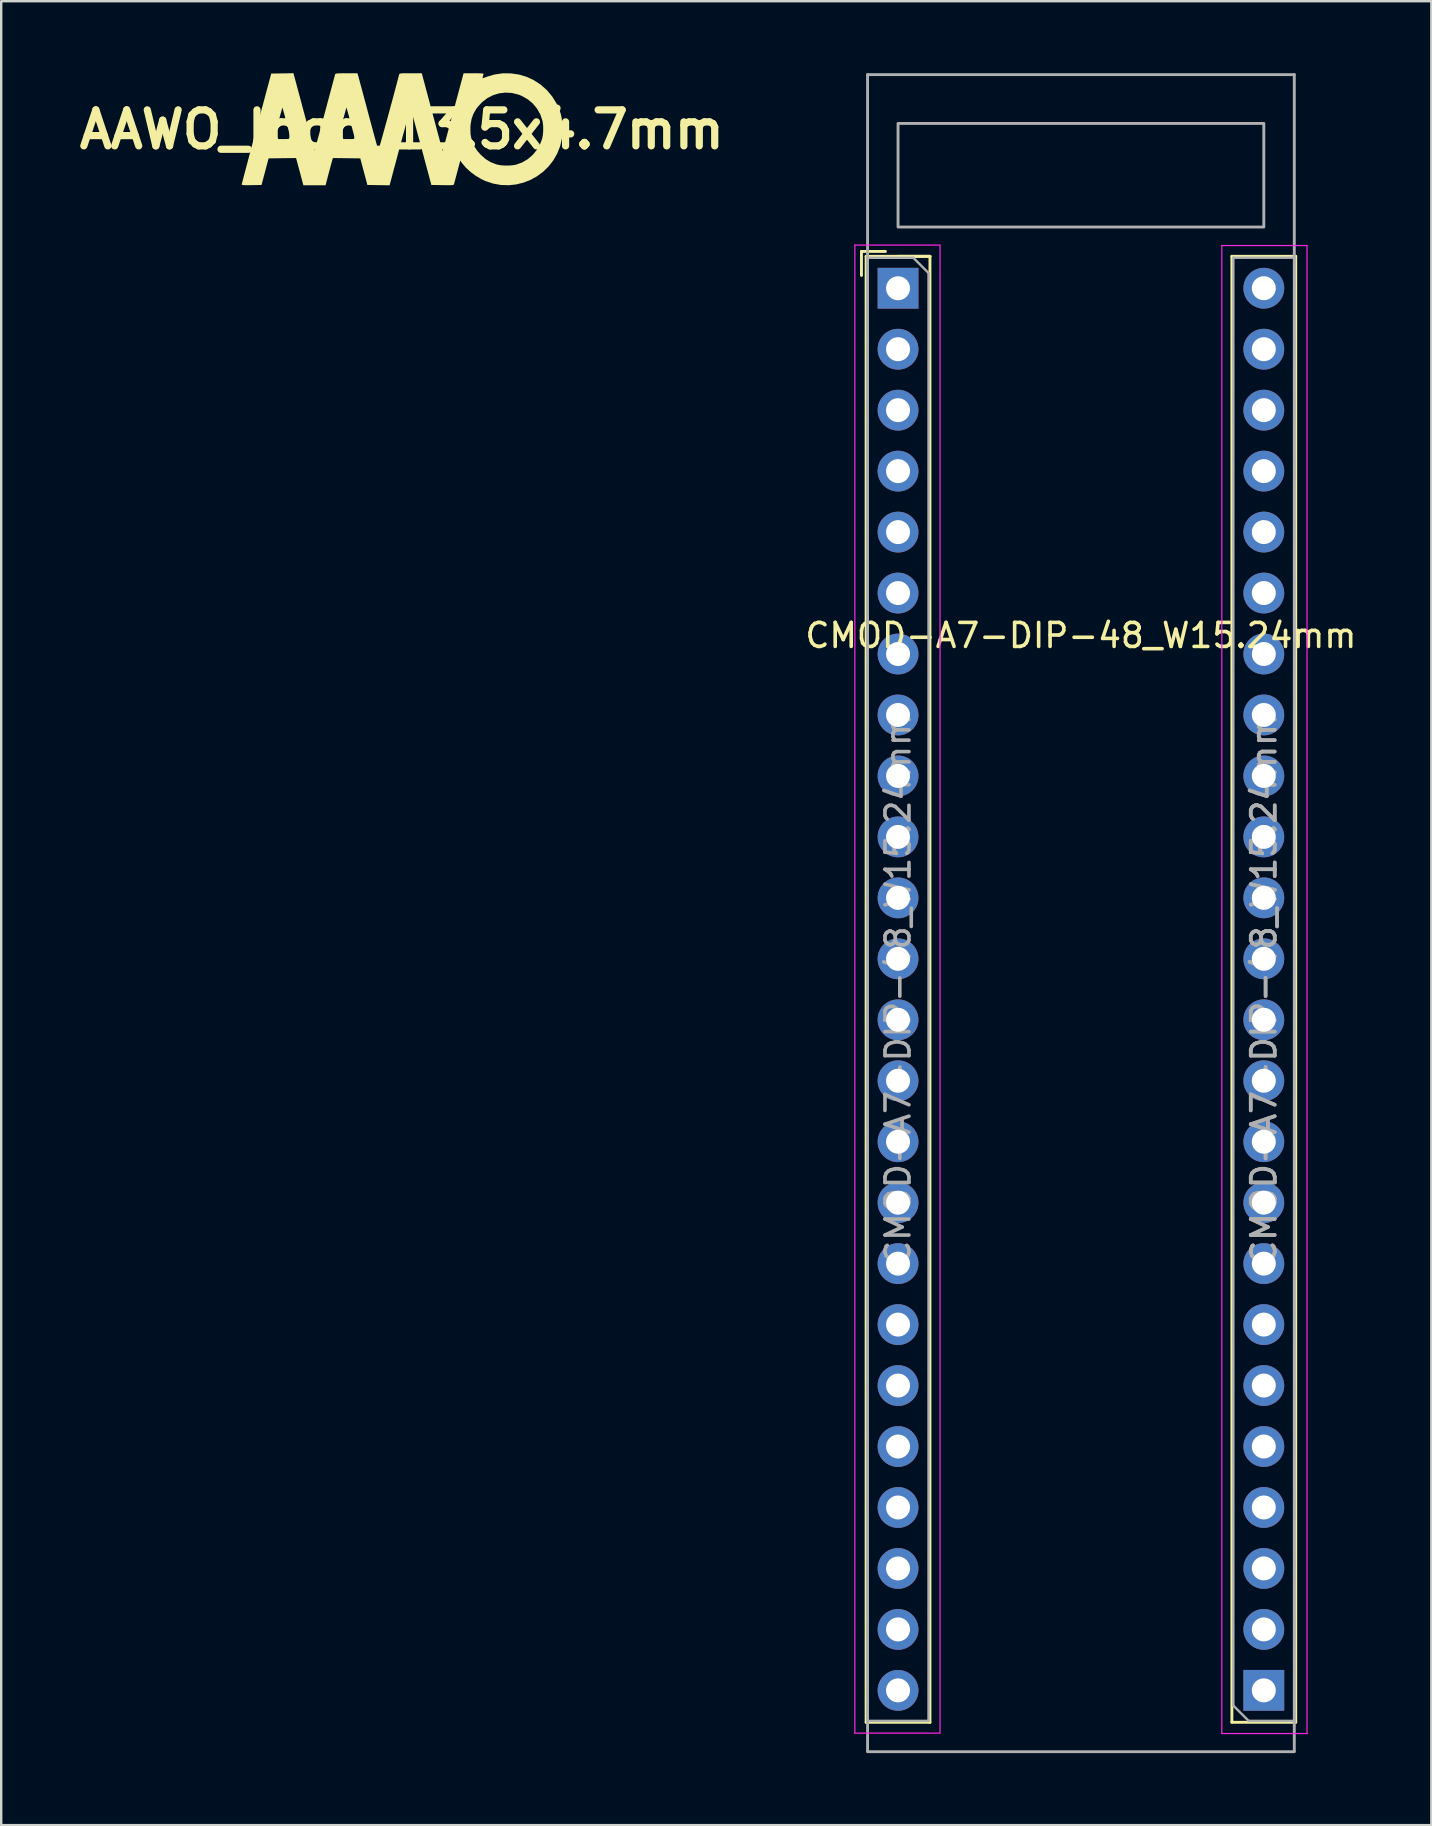
<source format=kicad_pcb>
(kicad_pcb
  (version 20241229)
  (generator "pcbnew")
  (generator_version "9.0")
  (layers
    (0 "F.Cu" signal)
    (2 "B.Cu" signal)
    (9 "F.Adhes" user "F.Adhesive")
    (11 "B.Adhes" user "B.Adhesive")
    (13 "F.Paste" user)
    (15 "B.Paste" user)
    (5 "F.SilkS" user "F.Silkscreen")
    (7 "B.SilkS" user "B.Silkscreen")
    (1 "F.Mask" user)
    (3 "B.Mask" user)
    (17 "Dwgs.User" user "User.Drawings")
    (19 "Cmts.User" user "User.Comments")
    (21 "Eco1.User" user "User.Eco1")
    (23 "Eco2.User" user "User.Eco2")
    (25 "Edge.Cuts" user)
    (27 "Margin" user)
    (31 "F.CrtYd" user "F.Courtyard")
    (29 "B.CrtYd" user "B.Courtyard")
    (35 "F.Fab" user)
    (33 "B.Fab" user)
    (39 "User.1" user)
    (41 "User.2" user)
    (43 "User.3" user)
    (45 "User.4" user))
  (footprint "AAWO_logo_13.5x4.7mm"
    (layer "F.Cu")
    (at 13.693 2.349)
    (property "Reference" "AAWO_logo_13.5x4.7mm" (at 0 0 0) (layer "F.SilkS") (effects (font (size 1.5 1.5) (thickness 0.3))))
    (attr board_only exclude_from_pos_files exclude_from_bom)
    (fp_poly (pts (xy -4.465 -2.157) (xy -4.448 -2.095) (xy -4.419 -1.988) (xy -4.38 -1.841) (xy -4.331 -1.659) (xy -4.274 -1.448) (xy -4.211 -1.213) (xy -4.144 -0.959) (xy -4.072 -0.693) (xy -4.033 -0.547) (xy -3.962 -0.284) (xy -3.895 -0.036) (xy -3.834 0.191) (xy -3.778 0.393) (xy -3.73 0.565) (xy -3.691 0.704) (xy -3.662 0.803) (xy -3.645 0.859) (xy -3.64 0.87) (xy -3.631 0.845) (xy -3.61 0.774) (xy -3.578 0.66) (xy -3.535 0.508) (xy -3.497 0.368) (xy -2.655 0.368) (xy -2.642 0.381) (xy -2.606 0.389) (xy -2.54 0.393) (xy -2.435 0.395) (xy -2.308 0.396) (xy -2.164 0.395) (xy -2.065 0.393) (xy -2.003 0.388) (xy -1.971 0.379) (xy -1.96 0.366) (xy -1.962 0.349) (xy -1.972 0.312) (xy -1.994 0.231) (xy -2.025 0.114) (xy -2.064 -0.03) (xy -2.108 -0.195) (xy -2.139 -0.31) (xy -2.185 -0.481) (xy -2.226 -0.632) (xy -2.261 -0.758) (xy -2.288 -0.852) (xy -2.305 -0.906) (xy -2.309 -0.917) (xy -2.318 -0.891) (xy -2.337 -0.82) (xy -2.367 -0.713) (xy -2.404 -0.577) (xy -2.447 -0.417) (xy -2.477 -0.303) (xy -2.524 -0.13) (xy -2.566 0.027) (xy -2.602 0.162) (xy -2.63 0.266) (xy -2.648 0.332) (xy -2.653 0.349) (xy -2.655 0.368) (xy -3.497 0.368) (xy -3.484 0.323) (xy -3.426 0.108) (xy -3.361 -0.131) (xy -3.291 -0.392) (xy -3.217 -0.668) (xy -3.207 -0.706) (xy -3.133 -0.985) (xy -3.062 -1.25) (xy -2.996 -1.495) (xy -2.937 -1.717) (xy -2.885 -1.91) (xy -2.842 -2.071) (xy -2.809 -2.195) (xy -2.786 -2.277) (xy -2.776 -2.313) (xy -2.776 -2.314) (xy -2.757 -2.327) (xy -2.706 -2.337) (xy -2.62 -2.343) (xy -2.491 -2.346) (xy -2.315 -2.347) (xy -2.307 -2.347) (xy -1.85 -2.347) (xy -1.81 -2.209) (xy -1.796 -2.158) (xy -1.77 -2.061) (xy -1.733 -1.924) (xy -1.686 -1.75) (xy -1.631 -1.547) (xy -1.57 -1.318) (xy -1.503 -1.068) (xy -1.433 -0.804) (xy -1.384 -0.62) (xy -1.312 -0.352) (xy -1.244 -0.1) (xy -1.181 0.132) (xy -1.124 0.34) (xy -1.075 0.519) (xy -1.034 0.664) (xy -1.004 0.77) (xy -0.984 0.834) (xy -0.978 0.851) (xy -0.969 0.829) (xy -0.947 0.761) (xy -0.915 0.651) (xy -0.873 0.505) (xy -0.822 0.327) (xy -0.765 0.121) (xy -0.702 -0.107) (xy -0.634 -0.352) (xy -0.563 -0.611) (xy -0.491 -0.878) (xy -0.417 -1.148) (xy -0.345 -1.417) (xy -0.275 -1.68) (xy -0.208 -1.932) (xy -0.146 -2.169) (xy -0.115 -2.288) (xy -0.108 -2.309) (xy -0.094 -2.325) (xy -0.067 -2.335) (xy -0.019 -2.342) (xy 0.058 -2.346) (xy 0.172 -2.347) (xy 0.329 -2.347) (xy 0.366 -2.347) (xy 0.831 -2.347) (xy 1.264 -0.725) (xy 1.339 -0.443) (xy 1.411 -0.177) (xy 1.477 0.07) (xy 1.537 0.292) (xy 1.589 0.485) (xy 1.633 0.646) (xy 1.667 0.77) (xy 1.691 0.852) (xy 1.702 0.889) (xy 1.702 0.89) (xy 1.71 0.864) (xy 1.73 0.792) (xy 1.761 0.677) (xy 1.803 0.524) (xy 1.853 0.337) (xy 1.911 0.121) (xy 1.968 -0.092) (xy 2.856 -0.092) (xy 2.862 0.189) (xy 2.911 0.442) (xy 3.005 0.675) (xy 3.148 0.893) (xy 3.295 1.057) (xy 3.491 1.229) (xy 3.696 1.355) (xy 3.922 1.444) (xy 3.983 1.462) (xy 4.131 1.488) (xy 4.308 1.5) (xy 4.493 1.497) (xy 4.664 1.48) (xy 4.757 1.462) (xy 5.014 1.369) (xy 5.249 1.231) (xy 5.455 1.053) (xy 5.629 0.84) (xy 5.765 0.596) (xy 5.845 0.382) (xy 5.875 0.231) (xy 5.89 0.051) (xy 5.889 -0.135) (xy 5.871 -0.306) (xy 5.858 -0.369) (xy 5.768 -0.634) (xy 5.632 -0.874) (xy 5.457 -1.085) (xy 5.245 -1.262) (xy 5.001 -1.401) (xy 4.858 -1.458) (xy 4.588 -1.525) (xy 4.317 -1.541) (xy 4.052 -1.509) (xy 3.797 -1.431) (xy 3.559 -1.308) (xy 3.343 -1.142) (xy 3.155 -0.937) (xy 3.084 -0.837) (xy 2.978 -0.645) (xy 2.906 -0.445) (xy 2.866 -0.222) (xy 2.856 -0.092) (xy 1.968 -0.092) (xy 1.976 -0.12) (xy 2.046 -0.383) (xy 2.121 -0.661) (xy 2.14 -0.732) (xy 2.572 -2.347) (xy 2.987 -2.347) (xy 3.128 -2.346) (xy 3.249 -2.343) (xy 3.34 -2.338) (xy 3.393 -2.332) (xy 3.402 -2.328) (xy 3.396 -2.291) (xy 3.38 -2.228) (xy 3.378 -2.222) (xy 3.364 -2.165) (xy 3.361 -2.137) (xy 3.362 -2.136) (xy 3.389 -2.145) (xy 3.451 -2.168) (xy 3.537 -2.199) (xy 3.539 -2.2) (xy 3.865 -2.296) (xy 4.201 -2.343) (xy 4.54 -2.342) (xy 4.874 -2.294) (xy 5.197 -2.199) (xy 5.483 -2.068) (xy 5.781 -1.875) (xy 6.042 -1.645) (xy 6.265 -1.379) (xy 6.448 -1.082) (xy 6.588 -0.754) (xy 6.623 -0.645) (xy 6.657 -0.491) (xy 6.681 -0.303) (xy 6.694 -0.099) (xy 6.695 0.105) (xy 6.684 0.289) (xy 6.674 0.358) (xy 6.596 0.691) (xy 6.474 0.999) (xy 6.313 1.281) (xy 6.117 1.533) (xy 5.89 1.755) (xy 5.637 1.943) (xy 5.362 2.096) (xy 5.069 2.211) (xy 4.762 2.286) (xy 4.446 2.319) (xy 4.125 2.308) (xy 3.803 2.25) (xy 3.484 2.144) (xy 3.337 2.076) (xy 3.097 1.938) (xy 2.87 1.771) (xy 2.668 1.586) (xy 2.508 1.397) (xy 2.434 1.294) (xy 2.31 1.761) (xy 2.269 1.914) (xy 2.233 2.05) (xy 2.203 2.162) (xy 2.182 2.241) (xy 2.172 2.276) (xy 2.164 2.292) (xy 2.144 2.304) (xy 2.105 2.312) (xy 2.041 2.316) (xy 1.943 2.318) (xy 1.804 2.317) (xy 1.694 2.315) (xy 1.23 2.308) (xy 0.805 0.725) (xy 0.73 0.445) (xy 0.658 0.18) (xy 0.592 -0.066) (xy 0.532 -0.288) (xy 0.479 -0.482) (xy 0.436 -0.643) (xy 0.402 -0.768) (xy 0.379 -0.851) (xy 0.368 -0.888) (xy 0.368 -0.889) (xy 0.359 -0.87) (xy 0.338 -0.804) (xy 0.306 -0.696) (xy 0.264 -0.549) (xy 0.213 -0.367) (xy 0.155 -0.156) (xy 0.09 0.082) (xy 0.019 0.341) (xy -0.055 0.618) (xy -0.077 0.7) (xy -0.51 2.322) (xy -0.974 2.315) (xy -1.437 2.308) (xy -1.584 1.754) (xy -1.732 1.2) (xy -2.302 1.193) (xy -2.873 1.186) (xy -2.91 1.312) (xy -2.929 1.38) (xy -2.958 1.487) (xy -2.995 1.622) (xy -3.035 1.773) (xy -3.063 1.879) (xy -3.178 2.321) (xy -3.64 2.321) (xy -4.103 2.321) (xy -4.231 1.84) (xy -4.274 1.682) (xy -4.313 1.536) (xy -4.346 1.413) (xy -4.371 1.321) (xy -4.384 1.272) (xy -4.408 1.186) (xy -4.98 1.193) (xy -5.552 1.2) (xy -5.699 1.754) (xy -5.847 2.308) (xy -6.26 2.315) (xy -6.423 2.317) (xy -6.54 2.316) (xy -6.616 2.311) (xy -6.658 2.303) (xy -6.672 2.291) (xy -6.672 2.289) (xy -6.666 2.259) (xy -6.646 2.182) (xy -6.615 2.061) (xy -6.573 1.9) (xy -6.521 1.703) (xy -6.46 1.473) (xy -6.392 1.215) (xy -6.316 0.931) (xy -6.235 0.625) (xy -6.169 0.381) (xy -5.328 0.381) (xy -5.303 0.386) (xy -5.235 0.391) (xy -5.135 0.394) (xy -5.01 0.396) (xy -4.985 0.396) (xy -4.835 0.394) (xy -4.732 0.39) (xy -4.67 0.381) (xy -4.643 0.369) (xy -4.641 0.363) (xy -4.647 0.329) (xy -4.664 0.254) (xy -4.691 0.147) (xy -4.724 0.015) (xy -4.762 -0.132) (xy -4.803 -0.287) (xy -4.843 -0.441) (xy -4.883 -0.586) (xy -4.918 -0.714) (xy -4.947 -0.817) (xy -4.967 -0.886) (xy -4.978 -0.913) (xy -4.978 -0.913) (xy -4.987 -0.886) (xy -5.007 -0.817) (xy -5.035 -0.714) (xy -5.071 -0.585) (xy -5.111 -0.438) (xy -5.154 -0.282) (xy -5.196 -0.125) (xy -5.236 0.024) (xy -5.271 0.158) (xy -5.3 0.267) (xy -5.32 0.344) (xy -5.328 0.379) (xy -5.328 0.381) (xy -6.169 0.381) (xy -6.148 0.302) (xy -6.058 -0.036) (xy -6.057 -0.04) (xy -5.442 -2.334) (xy -4.979 -2.341) (xy -4.517 -2.349)) (stroke (width 0) (type solid)) (fill yes) (layer "F.SilkS")))
  (footprint "CMOD-A7-DIP-48_W15.24mm"
    (layer "F.Cu")
    (at 41.987 38.16)
    (property "Reference" "CMOD-A7-DIP-48_W15.24mm" (at 0 -14.732 0) (layer "F.SilkS") (effects (font (size 1 1) (thickness 0.15))))
    (attr through_hole)
    (fp_line (start -9.144 -30.734) (end -9.144 -29.734) (stroke (width 0.12) (type solid)) (layer "F.SilkS"))
    (fp_line (start -8.95 -30.53) (end -8.95 30.55) (stroke (width 0.12) (type solid)) (layer "F.SilkS"))
    (fp_line (start -8.95 -30.53) (end -6.29 -30.53) (stroke (width 0.12) (type solid)) (layer "F.SilkS"))
    (fp_line (start -8.95 30.55) (end -6.29 30.55) (stroke (width 0.12) (type solid)) (layer "F.SilkS"))
    (fp_line (start -8.144 -30.734) (end -9.144 -30.734) (stroke (width 0.12) (type solid)) (layer "F.SilkS"))
    (fp_line (start -7.62 -30.53) (end -6.29 -30.53) (stroke (width 0.12) (type solid)) (layer "F.SilkS"))
    (fp_line (start -6.29 -30.53) (end -6.29 30.55) (stroke (width 0.12) (type solid)) (layer "F.SilkS"))
    (fp_line (start 6.29 30.549) (end 6.29 -30.531) (stroke (width 0.12) (type solid)) (layer "F.SilkS"))
    (fp_line (start 8.95 -30.531) (end 6.29 -30.531) (stroke (width 0.12) (type solid)) (layer "F.SilkS"))
    (fp_line (start 8.95 30.549) (end 6.29 30.549) (stroke (width 0.12) (type solid)) (layer "F.SilkS"))
    (fp_line (start 8.95 30.549) (end 8.95 -30.531) (stroke (width 0.12) (type solid)) (layer "F.SilkS"))
    (fp_line (start -9.42 -31) (end -5.87 -31) (stroke (width 0.05) (type solid)) (layer "F.CrtYd"))
    (fp_line (start -9.42 31) (end -9.42 -31) (stroke (width 0.05) (type solid)) (layer "F.CrtYd"))
    (fp_line (start -5.87 -31) (end -5.87 31) (stroke (width 0.05) (type solid)) (layer "F.CrtYd"))
    (fp_line (start -5.87 31) (end -9.42 31) (stroke (width 0.05) (type solid)) (layer "F.CrtYd"))
    (fp_line (start 5.87 -30.981) (end 9.42 -30.981) (stroke (width 0.05) (type solid)) (layer "F.CrtYd"))
    (fp_line (start 5.87 31.019) (end 5.87 -30.981) (stroke (width 0.05) (type solid)) (layer "F.CrtYd"))
    (fp_line (start 9.42 -30.981) (end 9.42 31.019) (stroke (width 0.05) (type solid)) (layer "F.CrtYd"))
    (fp_line (start 9.42 31.019) (end 5.87 31.019) (stroke (width 0.05) (type solid)) (layer "F.CrtYd"))
    (fp_line (start -8.89 -30.47) (end -6.985 -30.47) (stroke (width 0.1) (type solid)) (layer "F.Fab"))
    (fp_line (start -8.89 30.49) (end -8.89 -30.47) (stroke (width 0.1) (type solid)) (layer "F.Fab"))
    (fp_line (start -8.89 -38.1) (end -8.89 31.75) (stroke (width 0.12) (type default)) (layer "F.Fab"))
    (fp_line (start -6.985 -30.47) (end -6.35 -29.835) (stroke (width 0.1) (type solid)) (layer "F.Fab"))
    (fp_line (start -6.35 -29.835) (end -6.35 30.49) (stroke (width 0.1) (type solid)) (layer "F.Fab"))
    (fp_line (start -6.35 30.49) (end -8.89 30.49) (stroke (width 0.1) (type solid)) (layer "F.Fab"))
    (fp_line (start 6.35 -30.471) (end 8.89 -30.471) (stroke (width 0.1) (type solid)) (layer "F.Fab"))
    (fp_line (start 6.35 29.854) (end 6.35 -30.471) (stroke (width 0.1) (type solid)) (layer "F.Fab"))
    (fp_line (start 6.985 30.489) (end 6.35 29.854) (stroke (width 0.1) (type solid)) (layer "F.Fab"))
    (fp_line (start 8.89 -30.471) (end 8.89 30.489) (stroke (width 0.1) (type solid)) (layer "F.Fab"))
    (fp_line (start 8.89 30.489) (end 6.985 30.489) (stroke (width 0.1) (type solid)) (layer "F.Fab"))
    (fp_line (start 8.89 -38.1) (end -8.89 -38.1) (stroke (width 0.12) (type default)) (layer "F.Fab"))
    (fp_line (start 8.89 -38.1) (end 8.89 31.75) (stroke (width 0.12) (type default)) (layer "F.Fab"))
    (fp_line (start 8.89 31.775) (end -8.89 31.775) (stroke (width 0.12) (type default)) (layer "F.Fab"))
    (fp_rect (start -7.62 -36.068) (end 7.62 -31.75) (stroke (width 0.12) (type default)) (fill no) (layer "F.Fab"))
    (fp_text user "${REFERENCE}" (at 7.62 0.009 270) (layer "F.Fab") (effects (font (size 1 1) (thickness 0.15))))
    (fp_text user "${REFERENCE}" (at -7.62 0.01 90) (layer "F.Fab") (effects (font (size 1 1) (thickness 0.15))))
    (fp_text user "${REFERENCE}" (at 7.62 0.009 270) (layer "F.Fab") (effects (font (size 1 1) (thickness 0.15))))
    (pad "1" thru_hole rect (at -7.62 -29.2) (size 1.7 1.7) (drill 1) (layers "*.Cu" "*.Mask"))
    (pad "2" thru_hole oval (at -7.62 -26.66) (size 1.7 1.7) (drill 1) (layers "*.Cu" "*.Mask"))
    (pad "3" thru_hole oval (at -7.62 -24.12) (size 1.7 1.7) (drill 1) (layers "*.Cu" "*.Mask"))
    (pad "4" thru_hole oval (at -7.62 -21.58) (size 1.7 1.7) (drill 1) (layers "*.Cu" "*.Mask"))
    (pad "5" thru_hole oval (at -7.62 -19.04) (size 1.7 1.7) (drill 1) (layers "*.Cu" "*.Mask"))
    (pad "6" thru_hole oval (at -7.62 -16.5) (size 1.7 1.7) (drill 1) (layers "*.Cu" "*.Mask"))
    (pad "7" thru_hole oval (at -7.62 -13.96) (size 1.7 1.7) (drill 1) (layers "*.Cu" "*.Mask"))
    (pad "8" thru_hole oval (at -7.62 -11.42) (size 1.7 1.7) (drill 1) (layers "*.Cu" "*.Mask"))
    (pad "9" thru_hole oval (at -7.62 -8.88) (size 1.7 1.7) (drill 1) (layers "*.Cu" "*.Mask"))
    (pad "10" thru_hole oval (at -7.62 -6.34) (size 1.7 1.7) (drill 1) (layers "*.Cu" "*.Mask"))
    (pad "11" thru_hole oval (at -7.62 -3.8) (size 1.7 1.7) (drill 1) (layers "*.Cu" "*.Mask"))
    (pad "12" thru_hole oval (at -7.62 -1.26) (size 1.7 1.7) (drill 1) (layers "*.Cu" "*.Mask"))
    (pad "13" thru_hole oval (at -7.62 1.28) (size 1.7 1.7) (drill 1) (layers "*.Cu" "*.Mask"))
    (pad "14" thru_hole oval (at -7.62 3.82) (size 1.7 1.7) (drill 1) (layers "*.Cu" "*.Mask"))
    (pad "15" thru_hole oval (at -7.62 6.36) (size 1.7 1.7) (drill 1) (layers "*.Cu" "*.Mask"))
    (pad "16" thru_hole oval (at -7.62 8.9) (size 1.7 1.7) (drill 1) (layers "*.Cu" "*.Mask"))
    (pad "17" thru_hole oval (at -7.62 11.44) (size 1.7 1.7) (drill 1) (layers "*.Cu" "*.Mask"))
    (pad "18" thru_hole oval (at -7.62 13.98) (size 1.7 1.7) (drill 1) (layers "*.Cu" "*.Mask"))
    (pad "19" thru_hole oval (at -7.62 16.52) (size 1.7 1.7) (drill 1) (layers "*.Cu" "*.Mask"))
    (pad "20" thru_hole oval (at -7.62 19.06) (size 1.7 1.7) (drill 1) (layers "*.Cu" "*.Mask"))
    (pad "21" thru_hole oval (at -7.62 21.6) (size 1.7 1.7) (drill 1) (layers "*.Cu" "*.Mask"))
    (pad "22" thru_hole oval (at -7.62 24.14) (size 1.7 1.7) (drill 1) (layers "*.Cu" "*.Mask"))
    (pad "23" thru_hole oval (at -7.62 26.68) (size 1.7 1.7) (drill 1) (layers "*.Cu" "*.Mask"))
    (pad "24" thru_hole oval (at -7.62 29.22) (size 1.7 1.7) (drill 1) (layers "*.Cu" "*.Mask"))
    (pad "25" thru_hole rect (at 7.62 29.219 180) (size 1.7 1.7) (drill 1) (layers "*.Cu" "*.Mask"))
    (pad "26" thru_hole oval (at 7.62 26.679 180) (size 1.7 1.7) (drill 1) (layers "*.Cu" "*.Mask"))
    (pad "27" thru_hole oval (at 7.62 24.139 180) (size 1.7 1.7) (drill 1) (layers "*.Cu" "*.Mask"))
    (pad "28" thru_hole oval (at 7.62 21.599 180) (size 1.7 1.7) (drill 1) (layers "*.Cu" "*.Mask"))
    (pad "29" thru_hole oval (at 7.62 19.059 180) (size 1.7 1.7) (drill 1) (layers "*.Cu" "*.Mask"))
    (pad "30" thru_hole oval (at 7.62 16.519 180) (size 1.7 1.7) (drill 1) (layers "*.Cu" "*.Mask"))
    (pad "31" thru_hole oval (at 7.62 13.979 180) (size 1.7 1.7) (drill 1) (layers "*.Cu" "*.Mask"))
    (pad "32" thru_hole oval (at 7.62 11.439 180) (size 1.7 1.7) (drill 1) (layers "*.Cu" "*.Mask"))
    (pad "33" thru_hole oval (at 7.62 8.899 180) (size 1.7 1.7) (drill 1) (layers "*.Cu" "*.Mask"))
    (pad "34" thru_hole oval (at 7.62 6.359 180) (size 1.7 1.7) (drill 1) (layers "*.Cu" "*.Mask"))
    (pad "35" thru_hole oval (at 7.62 3.819 180) (size 1.7 1.7) (drill 1) (layers "*.Cu" "*.Mask"))
    (pad "36" thru_hole oval (at 7.62 1.279 180) (size 1.7 1.7) (drill 1) (layers "*.Cu" "*.Mask"))
    (pad "37" thru_hole oval (at 7.62 -1.261 180) (size 1.7 1.7) (drill 1) (layers "*.Cu" "*.Mask"))
    (pad "38" thru_hole oval (at 7.62 -3.801 180) (size 1.7 1.7) (drill 1) (layers "*.Cu" "*.Mask"))
    (pad "39" thru_hole oval (at 7.62 -6.341 180) (size 1.7 1.7) (drill 1) (layers "*.Cu" "*.Mask"))
    (pad "40" thru_hole oval (at 7.62 -8.881 180) (size 1.7 1.7) (drill 1) (layers "*.Cu" "*.Mask"))
    (pad "41" thru_hole oval (at 7.62 -11.421 180) (size 1.7 1.7) (drill 1) (layers "*.Cu" "*.Mask"))
    (pad "42" thru_hole oval (at 7.62 -13.961 180) (size 1.7 1.7) (drill 1) (layers "*.Cu" "*.Mask"))
    (pad "43" thru_hole oval (at 7.62 -16.501 180) (size 1.7 1.7) (drill 1) (layers "*.Cu" "*.Mask"))
    (pad "44" thru_hole oval (at 7.62 -19.041 180) (size 1.7 1.7) (drill 1) (layers "*.Cu" "*.Mask"))
    (pad "45" thru_hole oval (at 7.62 -21.581 180) (size 1.7 1.7) (drill 1) (layers "*.Cu" "*.Mask"))
    (pad "46" thru_hole oval (at 7.62 -24.121 180) (size 1.7 1.7) (drill 1) (layers "*.Cu" "*.Mask"))
    (pad "47" thru_hole oval (at 7.62 -26.661 180) (size 1.7 1.7) (drill 1) (layers "*.Cu" "*.Mask"))
    (pad "48" thru_hole oval (at 7.62 -29.201 180) (size 1.7 1.7) (drill 1) (layers "*.Cu" "*.Mask")))
  (gr_rect
    (start -3 -3)
    (end 56.588 72.995)
    (stroke (width 0.1) (type default))
    (fill no)
    (layer "Edge.Cuts")))
</source>
